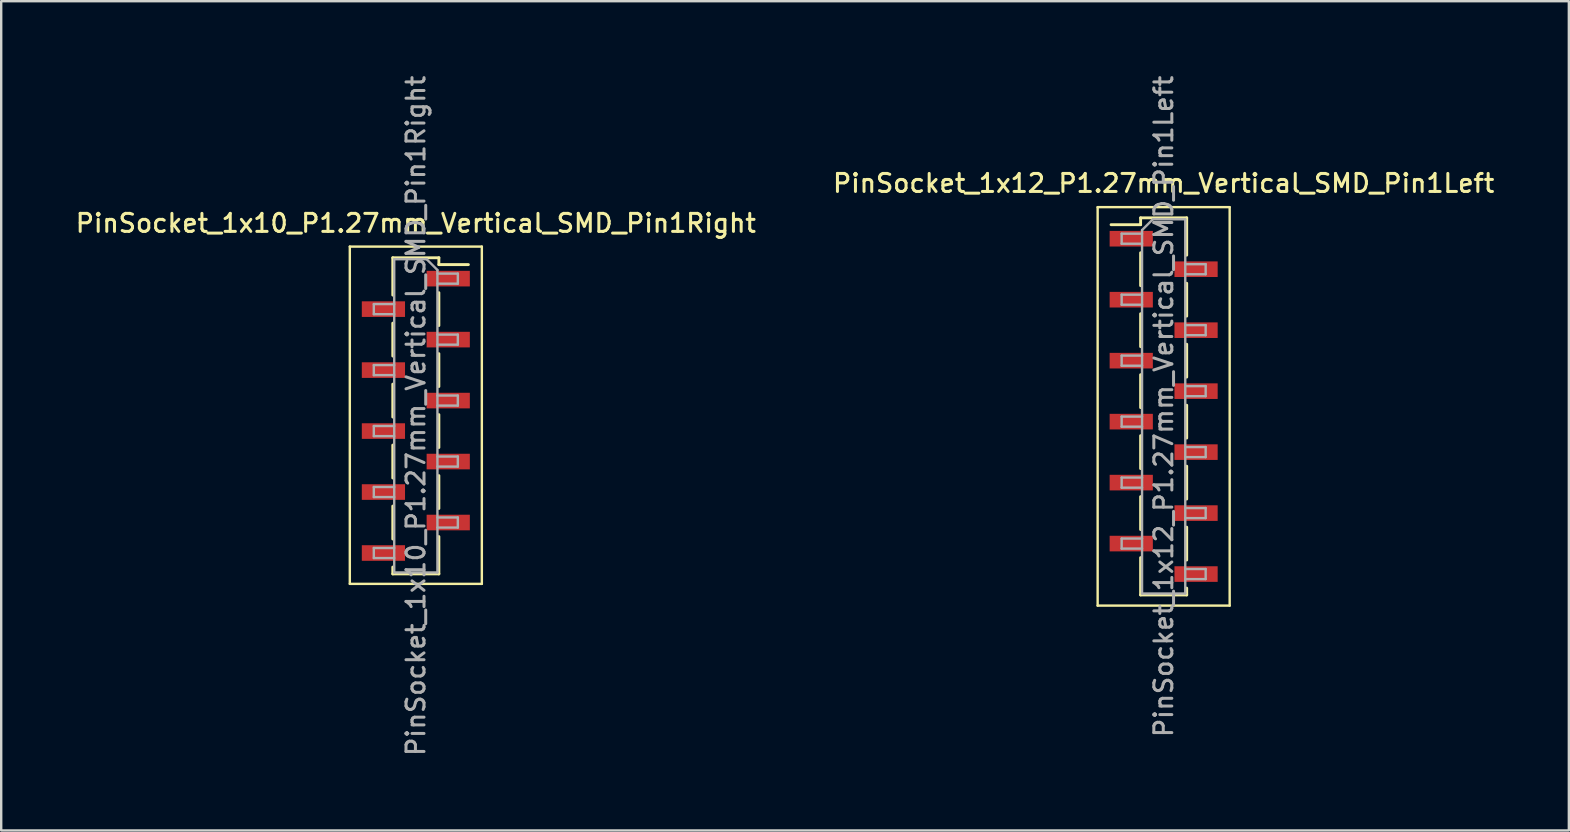
<source format=kicad_pcb>
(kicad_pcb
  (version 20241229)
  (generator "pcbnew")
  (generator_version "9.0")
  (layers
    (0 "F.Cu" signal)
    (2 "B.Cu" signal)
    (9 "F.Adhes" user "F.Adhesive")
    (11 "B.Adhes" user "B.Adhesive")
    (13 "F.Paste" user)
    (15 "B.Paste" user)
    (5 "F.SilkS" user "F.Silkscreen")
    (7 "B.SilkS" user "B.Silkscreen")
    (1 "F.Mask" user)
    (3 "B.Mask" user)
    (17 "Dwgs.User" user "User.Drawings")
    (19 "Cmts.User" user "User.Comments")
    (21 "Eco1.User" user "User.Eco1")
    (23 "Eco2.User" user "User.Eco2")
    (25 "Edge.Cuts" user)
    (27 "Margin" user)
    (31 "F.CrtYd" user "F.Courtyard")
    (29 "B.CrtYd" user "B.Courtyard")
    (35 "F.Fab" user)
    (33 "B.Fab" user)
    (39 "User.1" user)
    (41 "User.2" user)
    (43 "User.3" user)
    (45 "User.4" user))
  (footprint "PinSocket_1x12_P1.27mm_Vertical_SMD_Pin1Left"
    (layer "F.Cu")
    (at 45.427 13.88)
    (property "Reference" "PinSocket_1x12_P1.27mm_Vertical_SMD_Pin1Left" (at 0 -9.295 0) (layer "F.SilkS") (effects (font (size 0.75 0.75) (thickness 0.125))))
    (attr smd)
    (fp_line (start -2.75 -8.3) (end 2.75 -8.3) (stroke (width 0.1) (type solid)) (layer "F.SilkS"))
    (fp_line (start -2.75 8.3) (end -2.75 -8.3) (stroke (width 0.1) (type solid)) (layer "F.SilkS"))
    (fp_line (start -2.19 -7.57) (end -0.96 -7.57) (stroke (width 0.12) (type solid)) (layer "F.SilkS"))
    (fp_line (start -0.96 -7.855) (end -0.96 -7.57) (stroke (width 0.12) (type solid)) (layer "F.SilkS"))
    (fp_line (start -0.96 -7.855) (end 0.96 -7.855) (stroke (width 0.12) (type solid)) (layer "F.SilkS"))
    (fp_line (start -0.96 -6.4) (end -0.96 -5.03) (stroke (width 0.12) (type solid)) (layer "F.SilkS"))
    (fp_line (start -0.96 -3.86) (end -0.96 -2.49) (stroke (width 0.12) (type solid)) (layer "F.SilkS"))
    (fp_line (start -0.96 -1.32) (end -0.96 0.05) (stroke (width 0.12) (type solid)) (layer "F.SilkS"))
    (fp_line (start -0.96 1.22) (end -0.96 2.59) (stroke (width 0.12) (type solid)) (layer "F.SilkS"))
    (fp_line (start -0.96 3.76) (end -0.96 5.13) (stroke (width 0.12) (type solid)) (layer "F.SilkS"))
    (fp_line (start -0.96 6.3) (end -0.96 7.855) (stroke (width 0.12) (type solid)) (layer "F.SilkS"))
    (fp_line (start -0.96 7.855) (end 0.96 7.855) (stroke (width 0.12) (type solid)) (layer "F.SilkS"))
    (fp_line (start 0.96 -7.855) (end 0.96 -6.3) (stroke (width 0.12) (type solid)) (layer "F.SilkS"))
    (fp_line (start 0.96 -5.13) (end 0.96 -3.76) (stroke (width 0.12) (type solid)) (layer "F.SilkS"))
    (fp_line (start 0.96 -2.59) (end 0.96 -1.22) (stroke (width 0.12) (type solid)) (layer "F.SilkS"))
    (fp_line (start 0.96 -0.05) (end 0.96 1.32) (stroke (width 0.12) (type solid)) (layer "F.SilkS"))
    (fp_line (start 0.96 2.49) (end 0.96 3.86) (stroke (width 0.12) (type solid)) (layer "F.SilkS"))
    (fp_line (start 0.96 5.03) (end 0.96 6.4) (stroke (width 0.12) (type solid)) (layer "F.SilkS"))
    (fp_line (start 0.96 7.57) (end 0.96 7.855) (stroke (width 0.12) (type solid)) (layer "F.SilkS"))
    (fp_line (start 2.75 -8.3) (end 2.75 8.3) (stroke (width 0.1) (type solid)) (layer "F.SilkS"))
    (fp_line (start 2.75 8.3) (end -2.75 8.3) (stroke (width 0.1) (type solid)) (layer "F.SilkS"))
    (fp_line (start -1.75 -7.195) (end -0.9 -7.195) (stroke (width 0.1) (type solid)) (layer "F.Fab"))
    (fp_line (start -1.75 -6.775) (end -1.75 -7.195) (stroke (width 0.1) (type solid)) (layer "F.Fab"))
    (fp_line (start -1.75 -4.655) (end -0.9 -4.655) (stroke (width 0.1) (type solid)) (layer "F.Fab"))
    (fp_line (start -1.75 -4.235) (end -1.75 -4.655) (stroke (width 0.1) (type solid)) (layer "F.Fab"))
    (fp_line (start -1.75 -2.115) (end -0.9 -2.115) (stroke (width 0.1) (type solid)) (layer "F.Fab"))
    (fp_line (start -1.75 -1.695) (end -1.75 -2.115) (stroke (width 0.1) (type solid)) (layer "F.Fab"))
    (fp_line (start -1.75 0.425) (end -0.9 0.425) (stroke (width 0.1) (type solid)) (layer "F.Fab"))
    (fp_line (start -1.75 0.845) (end -1.75 0.425) (stroke (width 0.1) (type solid)) (layer "F.Fab"))
    (fp_line (start -1.75 2.965) (end -0.9 2.965) (stroke (width 0.1) (type solid)) (layer "F.Fab"))
    (fp_line (start -1.75 3.385) (end -1.75 2.965) (stroke (width 0.1) (type solid)) (layer "F.Fab"))
    (fp_line (start -1.75 5.505) (end -0.9 5.505) (stroke (width 0.1) (type solid)) (layer "F.Fab"))
    (fp_line (start -1.75 5.925) (end -1.75 5.505) (stroke (width 0.1) (type solid)) (layer "F.Fab"))
    (fp_line (start -0.9 -7.345) (end -0.45 -7.795) (stroke (width 0.1) (type solid)) (layer "F.Fab"))
    (fp_line (start -0.9 -6.775) (end -1.75 -6.775) (stroke (width 0.1) (type solid)) (layer "F.Fab"))
    (fp_line (start -0.9 -4.235) (end -1.75 -4.235) (stroke (width 0.1) (type solid)) (layer "F.Fab"))
    (fp_line (start -0.9 -1.695) (end -1.75 -1.695) (stroke (width 0.1) (type solid)) (layer "F.Fab"))
    (fp_line (start -0.9 0.845) (end -1.75 0.845) (stroke (width 0.1) (type solid)) (layer "F.Fab"))
    (fp_line (start -0.9 3.385) (end -1.75 3.385) (stroke (width 0.1) (type solid)) (layer "F.Fab"))
    (fp_line (start -0.9 5.925) (end -1.75 5.925) (stroke (width 0.1) (type solid)) (layer "F.Fab"))
    (fp_line (start -0.9 7.795) (end -0.9 -7.345) (stroke (width 0.1) (type solid)) (layer "F.Fab"))
    (fp_line (start -0.45 -7.795) (end 0.9 -7.795) (stroke (width 0.1) (type solid)) (layer "F.Fab"))
    (fp_line (start 0.9 -7.795) (end 0.9 7.795) (stroke (width 0.1) (type solid)) (layer "F.Fab"))
    (fp_line (start 0.9 -5.925) (end 1.75 -5.925) (stroke (width 0.1) (type solid)) (layer "F.Fab"))
    (fp_line (start 0.9 -3.385) (end 1.75 -3.385) (stroke (width 0.1) (type solid)) (layer "F.Fab"))
    (fp_line (start 0.9 -0.845) (end 1.75 -0.845) (stroke (width 0.1) (type solid)) (layer "F.Fab"))
    (fp_line (start 0.9 1.695) (end 1.75 1.695) (stroke (width 0.1) (type solid)) (layer "F.Fab"))
    (fp_line (start 0.9 4.235) (end 1.75 4.235) (stroke (width 0.1) (type solid)) (layer "F.Fab"))
    (fp_line (start 0.9 6.775) (end 1.75 6.775) (stroke (width 0.1) (type solid)) (layer "F.Fab"))
    (fp_line (start 0.9 7.795) (end -0.9 7.795) (stroke (width 0.1) (type solid)) (layer "F.Fab"))
    (fp_line (start 1.75 -5.925) (end 1.75 -5.505) (stroke (width 0.1) (type solid)) (layer "F.Fab"))
    (fp_line (start 1.75 -5.505) (end 0.9 -5.505) (stroke (width 0.1) (type solid)) (layer "F.Fab"))
    (fp_line (start 1.75 -3.385) (end 1.75 -2.965) (stroke (width 0.1) (type solid)) (layer "F.Fab"))
    (fp_line (start 1.75 -2.965) (end 0.9 -2.965) (stroke (width 0.1) (type solid)) (layer "F.Fab"))
    (fp_line (start 1.75 -0.845) (end 1.75 -0.425) (stroke (width 0.1) (type solid)) (layer "F.Fab"))
    (fp_line (start 1.75 -0.425) (end 0.9 -0.425) (stroke (width 0.1) (type solid)) (layer "F.Fab"))
    (fp_line (start 1.75 1.695) (end 1.75 2.115) (stroke (width 0.1) (type solid)) (layer "F.Fab"))
    (fp_line (start 1.75 2.115) (end 0.9 2.115) (stroke (width 0.1) (type solid)) (layer "F.Fab"))
    (fp_line (start 1.75 4.235) (end 1.75 4.655) (stroke (width 0.1) (type solid)) (layer "F.Fab"))
    (fp_line (start 1.75 4.655) (end 0.9 4.655) (stroke (width 0.1) (type solid)) (layer "F.Fab"))
    (fp_line (start 1.75 6.775) (end 1.75 7.195) (stroke (width 0.1) (type solid)) (layer "F.Fab"))
    (fp_line (start 1.75 7.195) (end 0.9 7.195) (stroke (width 0.1) (type solid)) (layer "F.Fab"))
    (fp_text user "${REFERENCE}" (at 0 0 90) (layer "F.Fab") (effects (font (size 0.75 0.75) (thickness 0.125))))
    (pad "1" smd rect (at -1.35 -6.985) (size 1.8 0.65) (layers "F.Cu" "F.Mask" "F.Paste"))
    (pad "2" smd rect (at 1.35 -5.715) (size 1.8 0.65) (layers "F.Cu" "F.Mask" "F.Paste"))
    (pad "3" smd rect (at -1.35 -4.445) (size 1.8 0.65) (layers "F.Cu" "F.Mask" "F.Paste"))
    (pad "4" smd rect (at 1.35 -3.175) (size 1.8 0.65) (layers "F.Cu" "F.Mask" "F.Paste"))
    (pad "5" smd rect (at -1.35 -1.905) (size 1.8 0.65) (layers "F.Cu" "F.Mask" "F.Paste"))
    (pad "6" smd rect (at 1.35 -0.635) (size 1.8 0.65) (layers "F.Cu" "F.Mask" "F.Paste"))
    (pad "7" smd rect (at -1.35 0.635) (size 1.8 0.65) (layers "F.Cu" "F.Mask" "F.Paste"))
    (pad "8" smd rect (at 1.35 1.905) (size 1.8 0.65) (layers "F.Cu" "F.Mask" "F.Paste"))
    (pad "9" smd rect (at -1.35 3.175) (size 1.8 0.65) (layers "F.Cu" "F.Mask" "F.Paste"))
    (pad "10" smd rect (at 1.35 4.445) (size 1.8 0.65) (layers "F.Cu" "F.Mask" "F.Paste"))
    (pad "11" smd rect (at -1.35 5.715) (size 1.8 0.65) (layers "F.Cu" "F.Mask" "F.Paste"))
    (pad "12" smd rect (at 1.35 6.985) (size 1.8 0.65) (layers "F.Cu" "F.Mask" "F.Paste")))
  (footprint "PinSocket_1x10_P1.27mm_Vertical_SMD_Pin1Right"
    (layer "F.Cu")
    (at 14.273 14.273)
    (property "Reference" "PinSocket_1x10_P1.27mm_Vertical_SMD_Pin1Right" (at 0 -8.025 0) (layer "F.SilkS") (effects (font (size 0.75 0.75) (thickness 0.125))))
    (attr smd)
    (fp_line (start -2.75 -7.05) (end 2.75 -7.05) (stroke (width 0.1) (type solid)) (layer "F.SilkS"))
    (fp_line (start -2.75 7) (end -2.75 -7.05) (stroke (width 0.1) (type solid)) (layer "F.SilkS"))
    (fp_line (start -0.96 -6.585) (end -0.96 -5.03) (stroke (width 0.12) (type solid)) (layer "F.SilkS"))
    (fp_line (start -0.96 -6.585) (end 0.96 -6.585) (stroke (width 0.12) (type solid)) (layer "F.SilkS"))
    (fp_line (start -0.96 -3.86) (end -0.96 -2.49) (stroke (width 0.12) (type solid)) (layer "F.SilkS"))
    (fp_line (start -0.96 -1.32) (end -0.96 0.05) (stroke (width 0.12) (type solid)) (layer "F.SilkS"))
    (fp_line (start -0.96 1.22) (end -0.96 2.59) (stroke (width 0.12) (type solid)) (layer "F.SilkS"))
    (fp_line (start -0.96 3.76) (end -0.96 5.13) (stroke (width 0.12) (type solid)) (layer "F.SilkS"))
    (fp_line (start -0.96 6.3) (end -0.96 6.585) (stroke (width 0.12) (type solid)) (layer "F.SilkS"))
    (fp_line (start -0.96 6.585) (end 0.96 6.585) (stroke (width 0.12) (type solid)) (layer "F.SilkS"))
    (fp_line (start 0.96 -6.585) (end 0.96 -6.3) (stroke (width 0.12) (type solid)) (layer "F.SilkS"))
    (fp_line (start 0.96 -6.3) (end 2.19 -6.3) (stroke (width 0.12) (type solid)) (layer "F.SilkS"))
    (fp_line (start 0.96 -5.13) (end 0.96 -3.76) (stroke (width 0.12) (type solid)) (layer "F.SilkS"))
    (fp_line (start 0.96 -2.59) (end 0.96 -1.22) (stroke (width 0.12) (type solid)) (layer "F.SilkS"))
    (fp_line (start 0.96 -0.05) (end 0.96 1.32) (stroke (width 0.12) (type solid)) (layer "F.SilkS"))
    (fp_line (start 0.96 2.49) (end 0.96 3.86) (stroke (width 0.12) (type solid)) (layer "F.SilkS"))
    (fp_line (start 0.96 5.03) (end 0.96 6.585) (stroke (width 0.12) (type solid)) (layer "F.SilkS"))
    (fp_line (start 2.75 -7.05) (end 2.75 7) (stroke (width 0.1) (type solid)) (layer "F.SilkS"))
    (fp_line (start 2.75 7) (end -2.75 7) (stroke (width 0.1) (type solid)) (layer "F.SilkS"))
    (fp_line (start -1.75 -4.655) (end -0.9 -4.655) (stroke (width 0.1) (type solid)) (layer "F.Fab"))
    (fp_line (start -1.75 -4.235) (end -1.75 -4.655) (stroke (width 0.1) (type solid)) (layer "F.Fab"))
    (fp_line (start -1.75 -2.115) (end -0.9 -2.115) (stroke (width 0.1) (type solid)) (layer "F.Fab"))
    (fp_line (start -1.75 -1.695) (end -1.75 -2.115) (stroke (width 0.1) (type solid)) (layer "F.Fab"))
    (fp_line (start -1.75 0.425) (end -0.9 0.425) (stroke (width 0.1) (type solid)) (layer "F.Fab"))
    (fp_line (start -1.75 0.845) (end -1.75 0.425) (stroke (width 0.1) (type solid)) (layer "F.Fab"))
    (fp_line (start -1.75 2.965) (end -0.9 2.965) (stroke (width 0.1) (type solid)) (layer "F.Fab"))
    (fp_line (start -1.75 3.385) (end -1.75 2.965) (stroke (width 0.1) (type solid)) (layer "F.Fab"))
    (fp_line (start -1.75 5.505) (end -0.9 5.505) (stroke (width 0.1) (type solid)) (layer "F.Fab"))
    (fp_line (start -1.75 5.925) (end -1.75 5.505) (stroke (width 0.1) (type solid)) (layer "F.Fab"))
    (fp_line (start -0.9 -6.525) (end 0.45 -6.525) (stroke (width 0.1) (type solid)) (layer "F.Fab"))
    (fp_line (start -0.9 -4.235) (end -1.75 -4.235) (stroke (width 0.1) (type solid)) (layer "F.Fab"))
    (fp_line (start -0.9 -1.695) (end -1.75 -1.695) (stroke (width 0.1) (type solid)) (layer "F.Fab"))
    (fp_line (start -0.9 0.845) (end -1.75 0.845) (stroke (width 0.1) (type solid)) (layer "F.Fab"))
    (fp_line (start -0.9 3.385) (end -1.75 3.385) (stroke (width 0.1) (type solid)) (layer "F.Fab"))
    (fp_line (start -0.9 5.925) (end -1.75 5.925) (stroke (width 0.1) (type solid)) (layer "F.Fab"))
    (fp_line (start -0.9 6.525) (end -0.9 -6.525) (stroke (width 0.1) (type solid)) (layer "F.Fab"))
    (fp_line (start 0.45 -6.525) (end 0.9 -6.075) (stroke (width 0.1) (type solid)) (layer "F.Fab"))
    (fp_line (start 0.9 -6.075) (end 0.9 6.525) (stroke (width 0.1) (type solid)) (layer "F.Fab"))
    (fp_line (start 0.9 -5.925) (end 1.75 -5.925) (stroke (width 0.1) (type solid)) (layer "F.Fab"))
    (fp_line (start 0.9 -3.385) (end 1.75 -3.385) (stroke (width 0.1) (type solid)) (layer "F.Fab"))
    (fp_line (start 0.9 -0.845) (end 1.75 -0.845) (stroke (width 0.1) (type solid)) (layer "F.Fab"))
    (fp_line (start 0.9 1.695) (end 1.75 1.695) (stroke (width 0.1) (type solid)) (layer "F.Fab"))
    (fp_line (start 0.9 4.235) (end 1.75 4.235) (stroke (width 0.1) (type solid)) (layer "F.Fab"))
    (fp_line (start 0.9 6.525) (end -0.9 6.525) (stroke (width 0.1) (type solid)) (layer "F.Fab"))
    (fp_line (start 1.75 -5.925) (end 1.75 -5.505) (stroke (width 0.1) (type solid)) (layer "F.Fab"))
    (fp_line (start 1.75 -5.505) (end 0.9 -5.505) (stroke (width 0.1) (type solid)) (layer "F.Fab"))
    (fp_line (start 1.75 -3.385) (end 1.75 -2.965) (stroke (width 0.1) (type solid)) (layer "F.Fab"))
    (fp_line (start 1.75 -2.965) (end 0.9 -2.965) (stroke (width 0.1) (type solid)) (layer "F.Fab"))
    (fp_line (start 1.75 -0.845) (end 1.75 -0.425) (stroke (width 0.1) (type solid)) (layer "F.Fab"))
    (fp_line (start 1.75 -0.425) (end 0.9 -0.425) (stroke (width 0.1) (type solid)) (layer "F.Fab"))
    (fp_line (start 1.75 1.695) (end 1.75 2.115) (stroke (width 0.1) (type solid)) (layer "F.Fab"))
    (fp_line (start 1.75 2.115) (end 0.9 2.115) (stroke (width 0.1) (type solid)) (layer "F.Fab"))
    (fp_line (start 1.75 4.235) (end 1.75 4.655) (stroke (width 0.1) (type solid)) (layer "F.Fab"))
    (fp_line (start 1.75 4.655) (end 0.9 4.655) (stroke (width 0.1) (type solid)) (layer "F.Fab"))
    (fp_text user "${REFERENCE}" (at 0 0 90) (layer "F.Fab") (effects (font (size 0.75 0.75) (thickness 0.125))))
    (pad "1" smd rect (at 1.35 -5.715) (size 1.8 0.65) (layers "F.Cu" "F.Mask" "F.Paste"))
    (pad "2" smd rect (at -1.35 -4.445) (size 1.8 0.65) (layers "F.Cu" "F.Mask" "F.Paste"))
    (pad "3" smd rect (at 1.35 -3.175) (size 1.8 0.65) (layers "F.Cu" "F.Mask" "F.Paste"))
    (pad "4" smd rect (at -1.35 -1.905) (size 1.8 0.65) (layers "F.Cu" "F.Mask" "F.Paste"))
    (pad "5" smd rect (at 1.35 -0.635) (size 1.8 0.65) (layers "F.Cu" "F.Mask" "F.Paste"))
    (pad "6" smd rect (at -1.35 0.635) (size 1.8 0.65) (layers "F.Cu" "F.Mask" "F.Paste"))
    (pad "7" smd rect (at 1.35 1.905) (size 1.8 0.65) (layers "F.Cu" "F.Mask" "F.Paste"))
    (pad "8" smd rect (at -1.35 3.175) (size 1.8 0.65) (layers "F.Cu" "F.Mask" "F.Paste"))
    (pad "9" smd rect (at 1.35 4.445) (size 1.8 0.65) (layers "F.Cu" "F.Mask" "F.Paste"))
    (pad "10" smd rect (at -1.35 5.715) (size 1.8 0.65) (layers "F.Cu" "F.Mask" "F.Paste")))
  (gr_rect
    (start -3 -3)
    (end 62.307 31.546)
    (stroke (width 0.1) (type default))
    (fill no)
    (layer "Edge.Cuts")))
</source>
